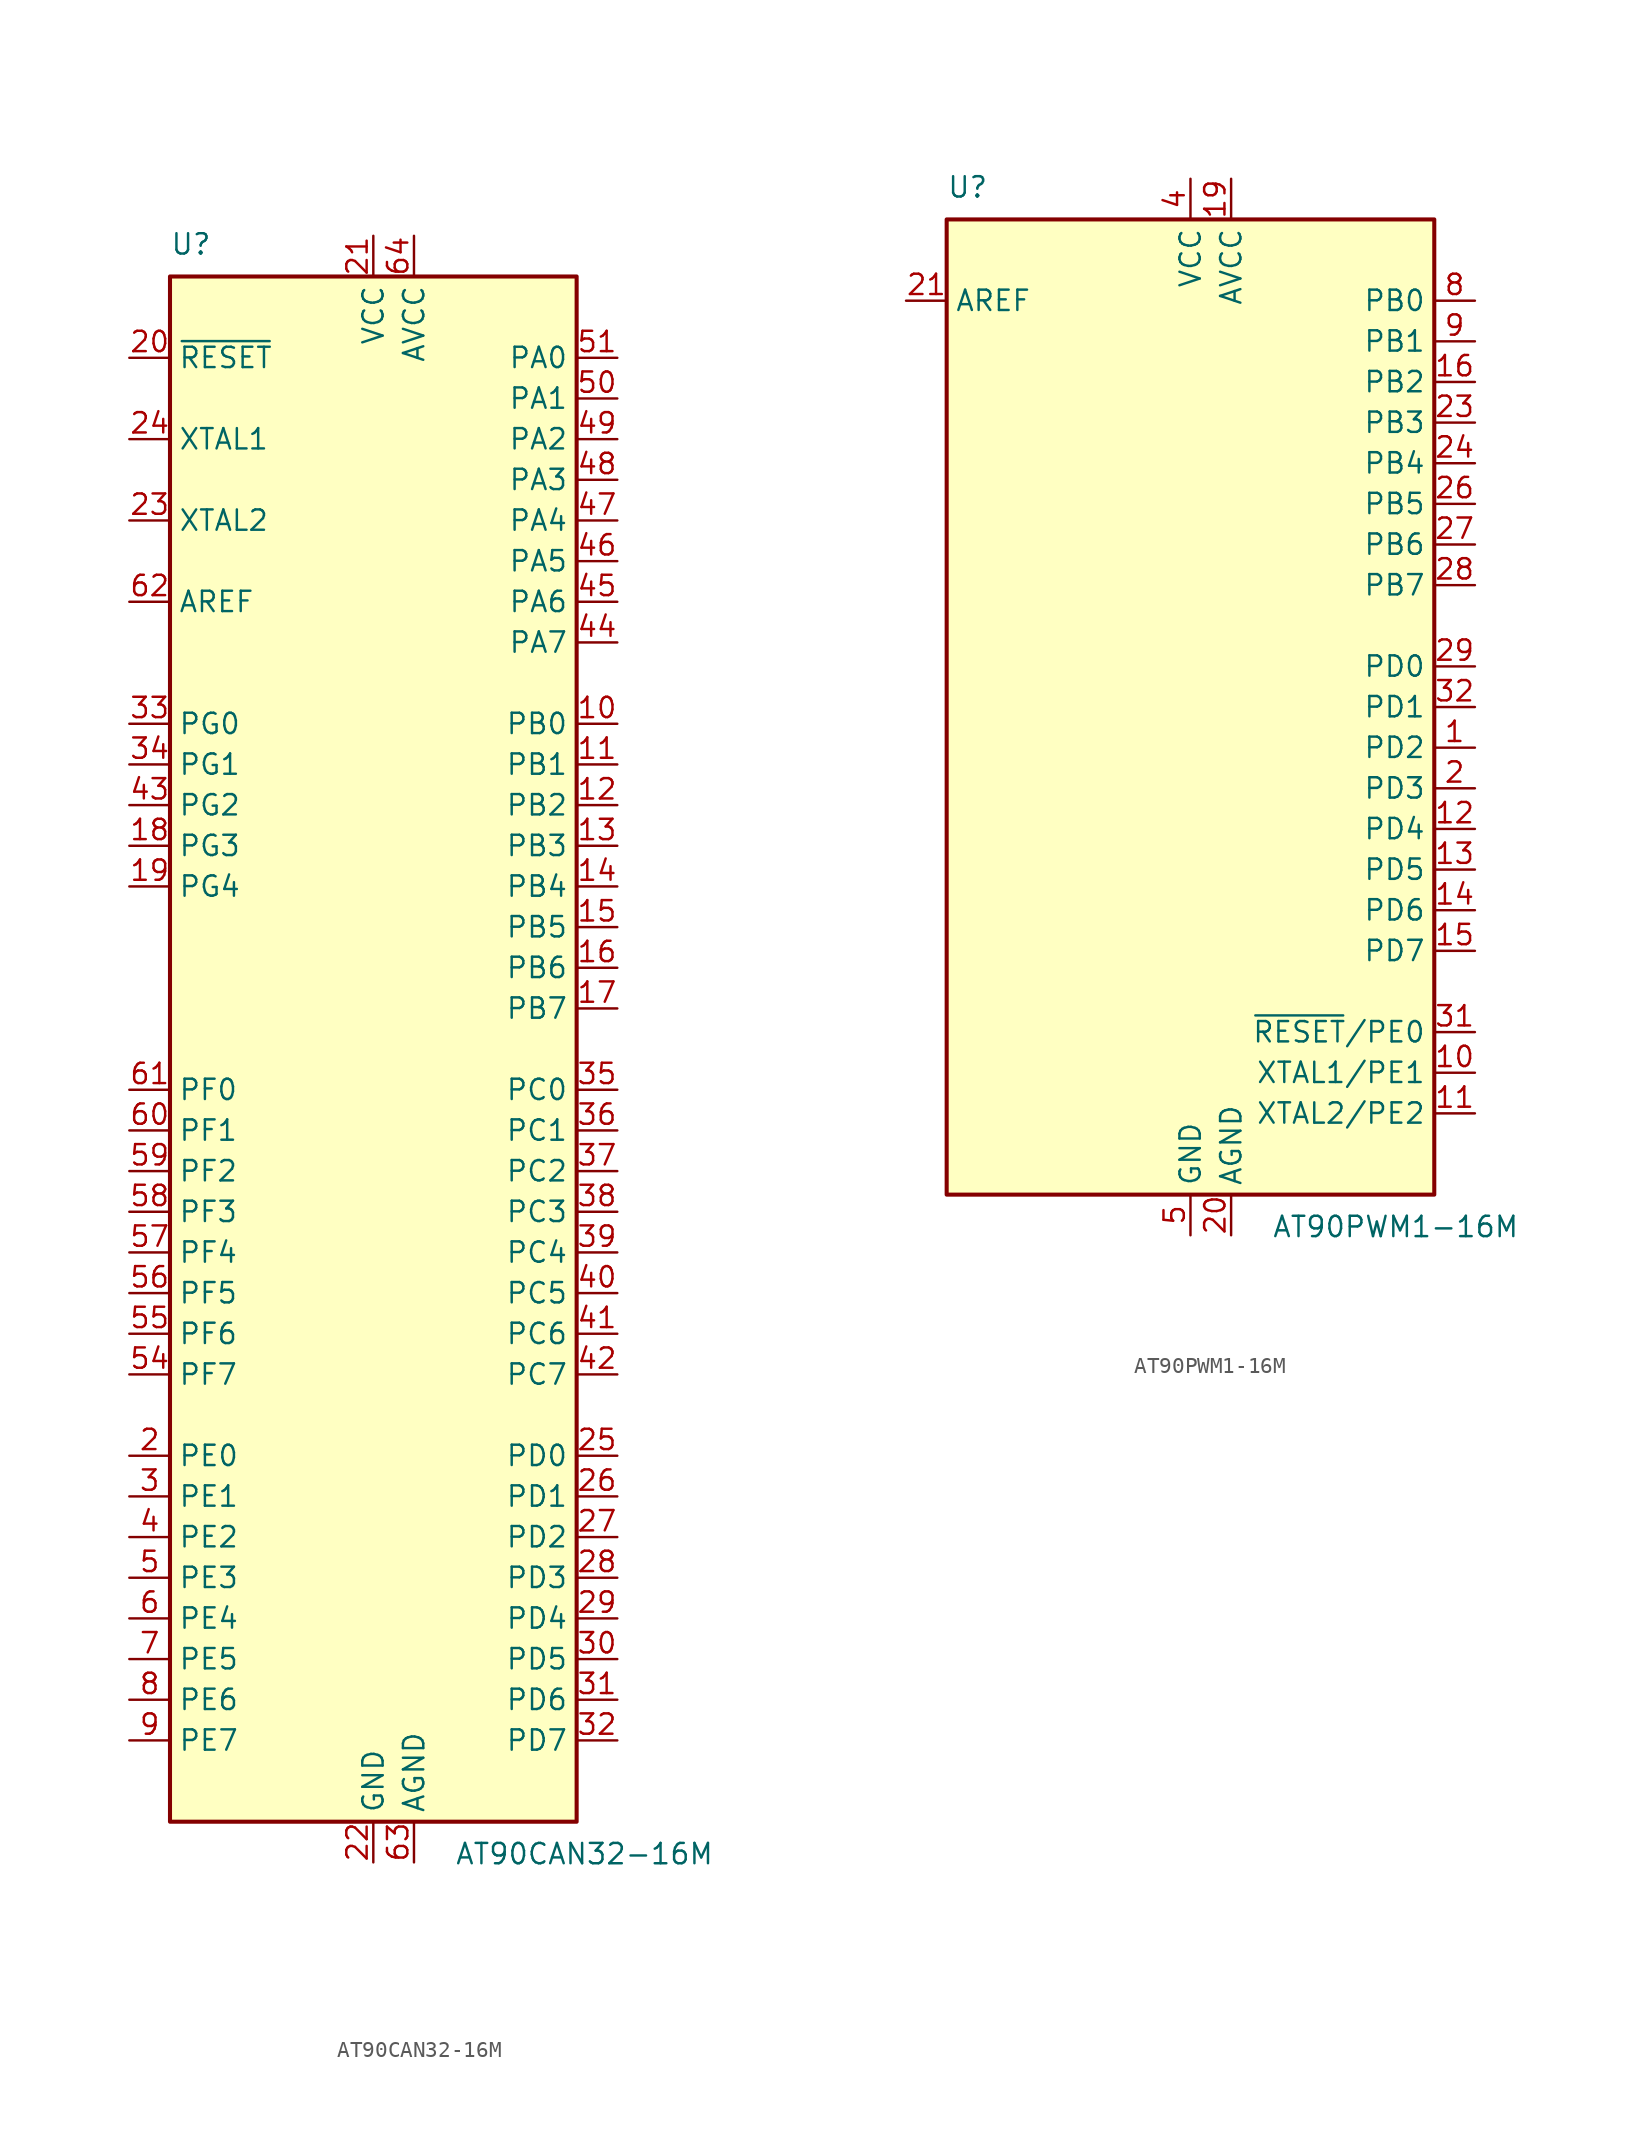
<source format=kicad_sym>
(kicad_symbol_lib
  (version 20241209)
  (generator "kicad_symbol_editor")
  (generator_version "9.0")
  (symbol "AT90CAN32-16M"
    (property "Reference" "U"
      (at -12.7 49.53 0)
      (effects (font (size 1.27 1.27)) (justify left bottom)))
    (property "Value" "AT90CAN32-16M"
      (at 5.08 -49.53 0)
      (effects (font (size 1.27 1.27)) (justify left top)))
    (symbol "AT90CAN32-16M_0_1"
      (rectangle (start -12.7 -48.26) (end 12.7 48.26) (stroke (width 0.254) (type default)) (fill (type background))))
    (symbol "AT90CAN32-16M_1_1"
      (pin input line (at -15.24 43.18 0) (length 2.54) (name "~{RESET}" (effects (font (size 1.27 1.27)))) (number "20" (effects (font (size 1.27 1.27)))))
      (pin input line (at -15.24 38.1 0) (length 2.54) (name "XTAL1" (effects (font (size 1.27 1.27)))) (number "24" (effects (font (size 1.27 1.27)))))
      (pin output line (at -15.24 33.02 0) (length 2.54) (name "XTAL2" (effects (font (size 1.27 1.27)))) (number "23" (effects (font (size 1.27 1.27)))))
      (pin passive line (at -15.24 27.94 0) (length 2.54) (name "AREF" (effects (font (size 1.27 1.27)))) (number "62" (effects (font (size 1.27 1.27)))))
      (pin bidirectional line (at -15.24 20.32 0) (length 2.54) (name "PG0" (effects (font (size 1.27 1.27)))) (number "33" (effects (font (size 1.27 1.27)))))
      (pin bidirectional line (at -15.24 17.78 0) (length 2.54) (name "PG1" (effects (font (size 1.27 1.27)))) (number "34" (effects (font (size 1.27 1.27)))))
      (pin bidirectional line (at -15.24 15.24 0) (length 2.54) (name "PG2" (effects (font (size 1.27 1.27)))) (number "43" (effects (font (size 1.27 1.27)))))
      (pin bidirectional line (at -15.24 12.7 0) (length 2.54) (name "PG3" (effects (font (size 1.27 1.27)))) (number "18" (effects (font (size 1.27 1.27)))))
      (pin bidirectional line (at -15.24 10.16 0) (length 2.54) (name "PG4" (effects (font (size 1.27 1.27)))) (number "19" (effects (font (size 1.27 1.27)))))
      (pin bidirectional line (at -15.24 -2.54 0) (length 2.54) (name "PF0" (effects (font (size 1.27 1.27)))) (number "61" (effects (font (size 1.27 1.27)))))
      (pin bidirectional line (at -15.24 -5.08 0) (length 2.54) (name "PF1" (effects (font (size 1.27 1.27)))) (number "60" (effects (font (size 1.27 1.27)))))
      (pin bidirectional line (at -15.24 -7.62 0) (length 2.54) (name "PF2" (effects (font (size 1.27 1.27)))) (number "59" (effects (font (size 1.27 1.27)))))
      (pin bidirectional line (at -15.24 -10.16 0) (length 2.54) (name "PF3" (effects (font (size 1.27 1.27)))) (number "58" (effects (font (size 1.27 1.27)))))
      (pin bidirectional line (at -15.24 -12.7 0) (length 2.54) (name "PF4" (effects (font (size 1.27 1.27)))) (number "57" (effects (font (size 1.27 1.27)))))
      (pin bidirectional line (at -15.24 -15.24 0) (length 2.54) (name "PF5" (effects (font (size 1.27 1.27)))) (number "56" (effects (font (size 1.27 1.27)))))
      (pin bidirectional line (at -15.24 -17.78 0) (length 2.54) (name "PF6" (effects (font (size 1.27 1.27)))) (number "55" (effects (font (size 1.27 1.27)))))
      (pin bidirectional line (at -15.24 -20.32 0) (length 2.54) (name "PF7" (effects (font (size 1.27 1.27)))) (number "54" (effects (font (size 1.27 1.27)))))
      (pin bidirectional line (at -15.24 -25.4 0) (length 2.54) (name "PE0" (effects (font (size 1.27 1.27)))) (number "2" (effects (font (size 1.27 1.27)))))
      (pin bidirectional line (at -15.24 -27.94 0) (length 2.54) (name "PE1" (effects (font (size 1.27 1.27)))) (number "3" (effects (font (size 1.27 1.27)))))
      (pin bidirectional line (at -15.24 -30.48 0) (length 2.54) (name "PE2" (effects (font (size 1.27 1.27)))) (number "4" (effects (font (size 1.27 1.27)))))
      (pin bidirectional line (at -15.24 -33.02 0) (length 2.54) (name "PE3" (effects (font (size 1.27 1.27)))) (number "5" (effects (font (size 1.27 1.27)))))
      (pin bidirectional line (at -15.24 -35.56 0) (length 2.54) (name "PE4" (effects (font (size 1.27 1.27)))) (number "6" (effects (font (size 1.27 1.27)))))
      (pin bidirectional line (at -15.24 -38.1 0) (length 2.54) (name "PE5" (effects (font (size 1.27 1.27)))) (number "7" (effects (font (size 1.27 1.27)))))
      (pin bidirectional line (at -15.24 -40.64 0) (length 2.54) (name "PE6" (effects (font (size 1.27 1.27)))) (number "8" (effects (font (size 1.27 1.27)))))
      (pin bidirectional line (at -15.24 -43.18 0) (length 2.54) (name "PE7" (effects (font (size 1.27 1.27)))) (number "9" (effects (font (size 1.27 1.27)))))
      (pin no_connect line (at -12.7 -45.72 0) (length 2.54) (hide yes) (name "NC" (effects (font (size 1.27 1.27)))) (number "1" (effects (font (size 1.27 1.27)))))
      (pin power_in line (at 0 50.8 270) (length 2.54) (name "VCC" (effects (font (size 1.27 1.27)))) (number "21" (effects (font (size 1.27 1.27)))))
      (pin passive line (at 0 50.8 270) (length 2.54) (hide yes) (name "VCC" (effects (font (size 1.27 1.27)))) (number "52" (effects (font (size 1.27 1.27)))))
      (pin power_in line (at 0 -50.8 90) (length 2.54) (name "GND" (effects (font (size 1.27 1.27)))) (number "22" (effects (font (size 1.27 1.27)))))
      (pin passive line (at 0 -50.8 90) (length 2.54) (hide yes) (name "GND" (effects (font (size 1.27 1.27)))) (number "53" (effects (font (size 1.27 1.27)))))
      (pin passive line (at 0 -50.8 90) (length 2.54) (hide yes) (name "GND" (effects (font (size 1.27 1.27)))) (number "65" (effects (font (size 1.27 1.27)))))
      (pin power_in line (at 2.54 50.8 270) (length 2.54) (name "AVCC" (effects (font (size 1.27 1.27)))) (number "64" (effects (font (size 1.27 1.27)))))
      (pin power_in line (at 2.54 -50.8 90) (length 2.54) (name "AGND" (effects (font (size 1.27 1.27)))) (number "63" (effects (font (size 1.27 1.27)))))
      (pin bidirectional line (at 15.24 43.18 180) (length 2.54) (name "PA0" (effects (font (size 1.27 1.27)))) (number "51" (effects (font (size 1.27 1.27)))))
      (pin bidirectional line (at 15.24 40.64 180) (length 2.54) (name "PA1" (effects (font (size 1.27 1.27)))) (number "50" (effects (font (size 1.27 1.27)))))
      (pin bidirectional line (at 15.24 38.1 180) (length 2.54) (name "PA2" (effects (font (size 1.27 1.27)))) (number "49" (effects (font (size 1.27 1.27)))))
      (pin bidirectional line (at 15.24 35.56 180) (length 2.54) (name "PA3" (effects (font (size 1.27 1.27)))) (number "48" (effects (font (size 1.27 1.27)))))
      (pin bidirectional line (at 15.24 33.02 180) (length 2.54) (name "PA4" (effects (font (size 1.27 1.27)))) (number "47" (effects (font (size 1.27 1.27)))))
      (pin bidirectional line (at 15.24 30.48 180) (length 2.54) (name "PA5" (effects (font (size 1.27 1.27)))) (number "46" (effects (font (size 1.27 1.27)))))
      (pin bidirectional line (at 15.24 27.94 180) (length 2.54) (name "PA6" (effects (font (size 1.27 1.27)))) (number "45" (effects (font (size 1.27 1.27)))))
      (pin bidirectional line (at 15.24 25.4 180) (length 2.54) (name "PA7" (effects (font (size 1.27 1.27)))) (number "44" (effects (font (size 1.27 1.27)))))
      (pin bidirectional line (at 15.24 20.32 180) (length 2.54) (name "PB0" (effects (font (size 1.27 1.27)))) (number "10" (effects (font (size 1.27 1.27)))))
      (pin bidirectional line (at 15.24 17.78 180) (length 2.54) (name "PB1" (effects (font (size 1.27 1.27)))) (number "11" (effects (font (size 1.27 1.27)))))
      (pin bidirectional line (at 15.24 15.24 180) (length 2.54) (name "PB2" (effects (font (size 1.27 1.27)))) (number "12" (effects (font (size 1.27 1.27)))))
      (pin bidirectional line (at 15.24 12.7 180) (length 2.54) (name "PB3" (effects (font (size 1.27 1.27)))) (number "13" (effects (font (size 1.27 1.27)))))
      (pin bidirectional line (at 15.24 10.16 180) (length 2.54) (name "PB4" (effects (font (size 1.27 1.27)))) (number "14" (effects (font (size 1.27 1.27)))))
      (pin bidirectional line (at 15.24 7.62 180) (length 2.54) (name "PB5" (effects (font (size 1.27 1.27)))) (number "15" (effects (font (size 1.27 1.27)))))
      (pin bidirectional line (at 15.24 5.08 180) (length 2.54) (name "PB6" (effects (font (size 1.27 1.27)))) (number "16" (effects (font (size 1.27 1.27)))))
      (pin bidirectional line (at 15.24 2.54 180) (length 2.54) (name "PB7" (effects (font (size 1.27 1.27)))) (number "17" (effects (font (size 1.27 1.27)))))
      (pin bidirectional line (at 15.24 -2.54 180) (length 2.54) (name "PC0" (effects (font (size 1.27 1.27)))) (number "35" (effects (font (size 1.27 1.27)))))
      (pin bidirectional line (at 15.24 -5.08 180) (length 2.54) (name "PC1" (effects (font (size 1.27 1.27)))) (number "36" (effects (font (size 1.27 1.27)))))
      (pin bidirectional line (at 15.24 -7.62 180) (length 2.54) (name "PC2" (effects (font (size 1.27 1.27)))) (number "37" (effects (font (size 1.27 1.27)))))
      (pin bidirectional line (at 15.24 -10.16 180) (length 2.54) (name "PC3" (effects (font (size 1.27 1.27)))) (number "38" (effects (font (size 1.27 1.27)))))
      (pin bidirectional line (at 15.24 -12.7 180) (length 2.54) (name "PC4" (effects (font (size 1.27 1.27)))) (number "39" (effects (font (size 1.27 1.27)))))
      (pin bidirectional line (at 15.24 -15.24 180) (length 2.54) (name "PC5" (effects (font (size 1.27 1.27)))) (number "40" (effects (font (size 1.27 1.27)))))
      (pin bidirectional line (at 15.24 -17.78 180) (length 2.54) (name "PC6" (effects (font (size 1.27 1.27)))) (number "41" (effects (font (size 1.27 1.27)))))
      (pin bidirectional line (at 15.24 -20.32 180) (length 2.54) (name "PC7" (effects (font (size 1.27 1.27)))) (number "42" (effects (font (size 1.27 1.27)))))
      (pin bidirectional line (at 15.24 -25.4 180) (length 2.54) (name "PD0" (effects (font (size 1.27 1.27)))) (number "25" (effects (font (size 1.27 1.27)))))
      (pin bidirectional line (at 15.24 -27.94 180) (length 2.54) (name "PD1" (effects (font (size 1.27 1.27)))) (number "26" (effects (font (size 1.27 1.27)))))
      (pin bidirectional line (at 15.24 -30.48 180) (length 2.54) (name "PD2" (effects (font (size 1.27 1.27)))) (number "27" (effects (font (size 1.27 1.27)))))
      (pin bidirectional line (at 15.24 -33.02 180) (length 2.54) (name "PD3" (effects (font (size 1.27 1.27)))) (number "28" (effects (font (size 1.27 1.27)))))
      (pin bidirectional line (at 15.24 -35.56 180) (length 2.54) (name "PD4" (effects (font (size 1.27 1.27)))) (number "29" (effects (font (size 1.27 1.27)))))
      (pin bidirectional line (at 15.24 -38.1 180) (length 2.54) (name "PD5" (effects (font (size 1.27 1.27)))) (number "30" (effects (font (size 1.27 1.27)))))
      (pin bidirectional line (at 15.24 -40.64 180) (length 2.54) (name "PD6" (effects (font (size 1.27 1.27)))) (number "31" (effects (font (size 1.27 1.27)))))
      (pin bidirectional line (at 15.24 -43.18 180) (length 2.54) (name "PD7" (effects (font (size 1.27 1.27)))) (number "32" (effects (font (size 1.27 1.27)))))))
  (symbol "AT90PWM1-16M"
    (property "Reference" "U"
      (at -15.24 31.75 0)
      (effects (font (size 1.27 1.27)) (justify left bottom)))
    (property "Value" "AT90PWM1-16M"
      (at 5.08 -31.75 0)
      (effects (font (size 1.27 1.27)) (justify left top)))
    (symbol "AT90PWM1-16M_0_1"
      (rectangle (start -15.24 -30.48) (end 15.24 30.48) (stroke (width 0.254) (type default)) (fill (type background))))
    (symbol "AT90PWM1-16M_1_1"
      (pin passive line (at -17.78 25.4 0) (length 2.54) (name "AREF" (effects (font (size 1.27 1.27)))) (number "21" (effects (font (size 1.27 1.27)))))
      (pin no_connect line (at -15.24 -10.16 0) (length 2.54) (hide yes) (name "NC" (effects (font (size 1.27 1.27)))) (number "3" (effects (font (size 1.27 1.27)))))
      (pin no_connect line (at -15.24 -12.7 0) (length 2.54) (hide yes) (name "NC" (effects (font (size 1.27 1.27)))) (number "6" (effects (font (size 1.27 1.27)))))
      (pin no_connect line (at -15.24 -15.24 0) (length 2.54) (hide yes) (name "NC" (effects (font (size 1.27 1.27)))) (number "7" (effects (font (size 1.27 1.27)))))
      (pin no_connect line (at -15.24 -17.78 0) (length 2.54) (hide yes) (name "NC" (effects (font (size 1.27 1.27)))) (number "17" (effects (font (size 1.27 1.27)))))
      (pin no_connect line (at -15.24 -20.32 0) (length 2.54) (hide yes) (name "NC" (effects (font (size 1.27 1.27)))) (number "18" (effects (font (size 1.27 1.27)))))
      (pin no_connect line (at -15.24 -22.86 0) (length 2.54) (hide yes) (name "NC" (effects (font (size 1.27 1.27)))) (number "22" (effects (font (size 1.27 1.27)))))
      (pin no_connect line (at -15.24 -25.4 0) (length 2.54) (hide yes) (name "NC" (effects (font (size 1.27 1.27)))) (number "25" (effects (font (size 1.27 1.27)))))
      (pin no_connect line (at -15.24 -27.94 0) (length 2.54) (hide yes) (name "NC" (effects (font (size 1.27 1.27)))) (number "30" (effects (font (size 1.27 1.27)))))
      (pin power_in line (at 0 33.02 270) (length 2.54) (name "VCC" (effects (font (size 1.27 1.27)))) (number "4" (effects (font (size 1.27 1.27)))))
      (pin passive line (at 0 -33.02 90) (length 2.54) (hide yes) (name "GND" (effects (font (size 1.27 1.27)))) (number "33" (effects (font (size 1.27 1.27)))))
      (pin power_in line (at 0 -33.02 90) (length 2.54) (name "GND" (effects (font (size 1.27 1.27)))) (number "5" (effects (font (size 1.27 1.27)))))
      (pin power_in line (at 2.54 33.02 270) (length 2.54) (name "AVCC" (effects (font (size 1.27 1.27)))) (number "19" (effects (font (size 1.27 1.27)))))
      (pin power_in line (at 2.54 -33.02 90) (length 2.54) (name "AGND" (effects (font (size 1.27 1.27)))) (number "20" (effects (font (size 1.27 1.27)))))
      (pin bidirectional line (at 17.78 25.4 180) (length 2.54) (name "PB0" (effects (font (size 1.27 1.27)))) (number "8" (effects (font (size 1.27 1.27)))))
      (pin bidirectional line (at 17.78 22.86 180) (length 2.54) (name "PB1" (effects (font (size 1.27 1.27)))) (number "9" (effects (font (size 1.27 1.27)))))
      (pin bidirectional line (at 17.78 20.32 180) (length 2.54) (name "PB2" (effects (font (size 1.27 1.27)))) (number "16" (effects (font (size 1.27 1.27)))))
      (pin bidirectional line (at 17.78 17.78 180) (length 2.54) (name "PB3" (effects (font (size 1.27 1.27)))) (number "23" (effects (font (size 1.27 1.27)))))
      (pin bidirectional line (at 17.78 15.24 180) (length 2.54) (name "PB4" (effects (font (size 1.27 1.27)))) (number "24" (effects (font (size 1.27 1.27)))))
      (pin bidirectional line (at 17.78 12.7 180) (length 2.54) (name "PB5" (effects (font (size 1.27 1.27)))) (number "26" (effects (font (size 1.27 1.27)))))
      (pin bidirectional line (at 17.78 10.16 180) (length 2.54) (name "PB6" (effects (font (size 1.27 1.27)))) (number "27" (effects (font (size 1.27 1.27)))))
      (pin bidirectional line (at 17.78 7.62 180) (length 2.54) (name "PB7" (effects (font (size 1.27 1.27)))) (number "28" (effects (font (size 1.27 1.27)))))
      (pin bidirectional line (at 17.78 2.54 180) (length 2.54) (name "PD0" (effects (font (size 1.27 1.27)))) (number "29" (effects (font (size 1.27 1.27)))))
      (pin bidirectional line (at 17.78 0 180) (length 2.54) (name "PD1" (effects (font (size 1.27 1.27)))) (number "32" (effects (font (size 1.27 1.27)))))
      (pin bidirectional line (at 17.78 -2.54 180) (length 2.54) (name "PD2" (effects (font (size 1.27 1.27)))) (number "1" (effects (font (size 1.27 1.27)))))
      (pin bidirectional line (at 17.78 -5.08 180) (length 2.54) (name "PD3" (effects (font (size 1.27 1.27)))) (number "2" (effects (font (size 1.27 1.27)))))
      (pin bidirectional line (at 17.78 -7.62 180) (length 2.54) (name "PD4" (effects (font (size 1.27 1.27)))) (number "12" (effects (font (size 1.27 1.27)))))
      (pin bidirectional line (at 17.78 -10.16 180) (length 2.54) (name "PD5" (effects (font (size 1.27 1.27)))) (number "13" (effects (font (size 1.27 1.27)))))
      (pin bidirectional line (at 17.78 -12.7 180) (length 2.54) (name "PD6" (effects (font (size 1.27 1.27)))) (number "14" (effects (font (size 1.27 1.27)))))
      (pin bidirectional line (at 17.78 -15.24 180) (length 2.54) (name "PD7" (effects (font (size 1.27 1.27)))) (number "15" (effects (font (size 1.27 1.27)))))
      (pin bidirectional line (at 17.78 -20.32 180) (length 2.54) (name "~{RESET}/PE0" (effects (font (size 1.27 1.27)))) (number "31" (effects (font (size 1.27 1.27)))))
      (pin bidirectional line (at 17.78 -22.86 180) (length 2.54) (name "XTAL1/PE1" (effects (font (size 1.27 1.27)))) (number "10" (effects (font (size 1.27 1.27)))))
      (pin bidirectional line (at 17.78 -25.4 180) (length 2.54) (name "XTAL2/PE2" (effects (font (size 1.27 1.27)))) (number "11" (effects (font (size 1.27 1.27))))))))
</source>
